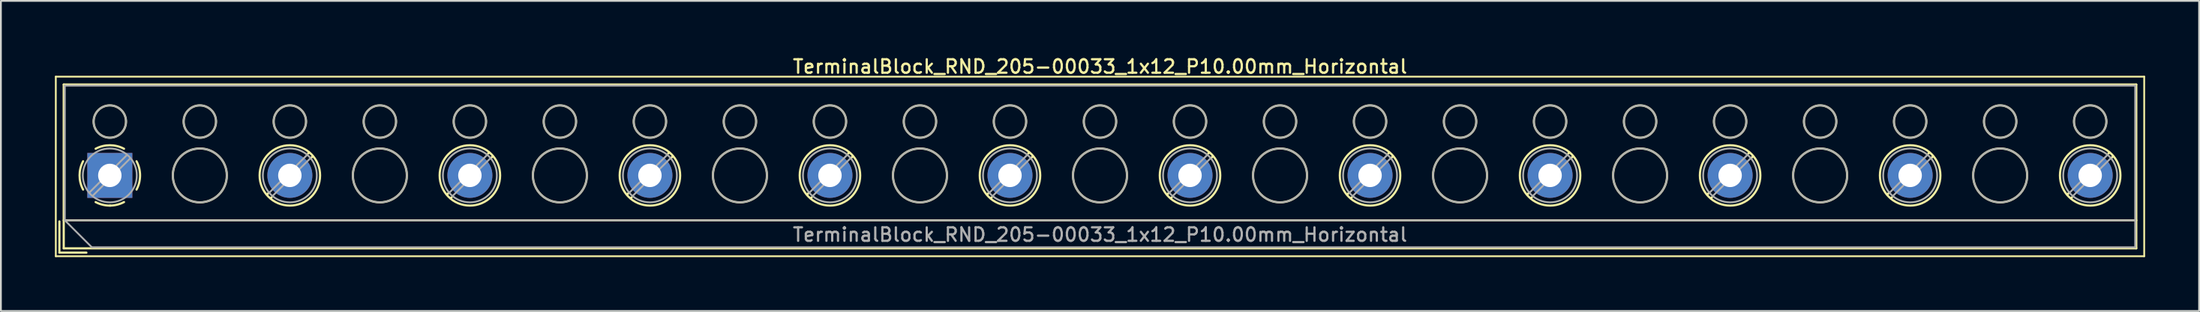
<source format=kicad_pcb>
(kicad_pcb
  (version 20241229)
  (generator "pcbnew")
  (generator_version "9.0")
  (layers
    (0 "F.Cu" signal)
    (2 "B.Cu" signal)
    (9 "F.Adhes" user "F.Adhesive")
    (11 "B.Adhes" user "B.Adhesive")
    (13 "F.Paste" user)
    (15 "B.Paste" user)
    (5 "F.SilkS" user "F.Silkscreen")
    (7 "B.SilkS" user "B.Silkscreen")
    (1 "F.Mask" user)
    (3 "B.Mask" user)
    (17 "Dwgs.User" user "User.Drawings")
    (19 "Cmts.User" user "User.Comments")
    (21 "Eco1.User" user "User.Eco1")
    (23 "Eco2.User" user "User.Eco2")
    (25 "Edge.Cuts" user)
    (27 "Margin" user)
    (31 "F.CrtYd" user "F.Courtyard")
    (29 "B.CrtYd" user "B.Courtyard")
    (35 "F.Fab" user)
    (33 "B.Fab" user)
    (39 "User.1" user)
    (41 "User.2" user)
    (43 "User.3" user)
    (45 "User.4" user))
  (footprint "TerminalBlock_RND_205-00033_1x12_P10.00mm_Horizontal"
    (layer "F.Cu")
    (at 3.05 6.718)
    (property "Reference" "TerminalBlock_RND_205-00033_1x12_P10.00mm_Horizontal" (at 55 -6.06 0) (layer "F.SilkS") (effects (font (size 0.75 0.75) (thickness 0.125))))
    (attr through_hole)
    (fp_line (start -3 -5.5) (end -3 4.5) (stroke (width 0.1) (type solid)) (layer "F.SilkS"))
    (fp_line (start -3 4.5) (end 113 4.5) (stroke (width 0.1) (type solid)) (layer "F.SilkS"))
    (fp_line (start -2.8 2.56) (end -2.8 4.3) (stroke (width 0.12) (type solid)) (layer "F.SilkS"))
    (fp_line (start -2.8 4.3) (end -1.3 4.3) (stroke (width 0.12) (type solid)) (layer "F.SilkS"))
    (fp_line (start -2.56 -5.06) (end -2.56 4.06) (stroke (width 0.12) (type solid)) (layer "F.SilkS"))
    (fp_line (start -2.56 -5.06) (end 112.56 -5.06) (stroke (width 0.12) (type solid)) (layer "F.SilkS"))
    (fp_line (start -2.56 2.5) (end 112.56 2.5) (stroke (width 0.12) (type solid)) (layer "F.SilkS"))
    (fp_line (start -2.56 4.06) (end 112.56 4.06) (stroke (width 0.12) (type solid)) (layer "F.SilkS"))
    (fp_line (start 8.82 0.976) (end 8.726 1.069) (stroke (width 0.12) (type solid)) (layer "F.SilkS"))
    (fp_line (start 8.99 1.216) (end 8.931 1.274) (stroke (width 0.12) (type solid)) (layer "F.SilkS"))
    (fp_line (start 11.07 -1.275) (end 11.011 -1.216) (stroke (width 0.12) (type solid)) (layer "F.SilkS"))
    (fp_line (start 11.275 -1.069) (end 11.181 -0.976) (stroke (width 0.12) (type solid)) (layer "F.SilkS"))
    (fp_line (start 18.82 0.976) (end 18.726 1.069) (stroke (width 0.12) (type solid)) (layer "F.SilkS"))
    (fp_line (start 18.99 1.216) (end 18.931 1.274) (stroke (width 0.12) (type solid)) (layer "F.SilkS"))
    (fp_line (start 21.07 -1.275) (end 21.011 -1.216) (stroke (width 0.12) (type solid)) (layer "F.SilkS"))
    (fp_line (start 21.275 -1.069) (end 21.181 -0.976) (stroke (width 0.12) (type solid)) (layer "F.SilkS"))
    (fp_line (start 28.82 0.976) (end 28.726 1.069) (stroke (width 0.12) (type solid)) (layer "F.SilkS"))
    (fp_line (start 28.99 1.216) (end 28.931 1.274) (stroke (width 0.12) (type solid)) (layer "F.SilkS"))
    (fp_line (start 31.07 -1.275) (end 31.011 -1.216) (stroke (width 0.12) (type solid)) (layer "F.SilkS"))
    (fp_line (start 31.275 -1.069) (end 31.181 -0.976) (stroke (width 0.12) (type solid)) (layer "F.SilkS"))
    (fp_line (start 38.82 0.976) (end 38.726 1.069) (stroke (width 0.12) (type solid)) (layer "F.SilkS"))
    (fp_line (start 38.99 1.216) (end 38.931 1.274) (stroke (width 0.12) (type solid)) (layer "F.SilkS"))
    (fp_line (start 41.07 -1.275) (end 41.011 -1.216) (stroke (width 0.12) (type solid)) (layer "F.SilkS"))
    (fp_line (start 41.275 -1.069) (end 41.181 -0.976) (stroke (width 0.12) (type solid)) (layer "F.SilkS"))
    (fp_line (start 48.82 0.976) (end 48.726 1.069) (stroke (width 0.12) (type solid)) (layer "F.SilkS"))
    (fp_line (start 48.99 1.216) (end 48.931 1.274) (stroke (width 0.12) (type solid)) (layer "F.SilkS"))
    (fp_line (start 51.07 -1.275) (end 51.011 -1.216) (stroke (width 0.12) (type solid)) (layer "F.SilkS"))
    (fp_line (start 51.275 -1.069) (end 51.181 -0.976) (stroke (width 0.12) (type solid)) (layer "F.SilkS"))
    (fp_line (start 58.82 0.976) (end 58.726 1.069) (stroke (width 0.12) (type solid)) (layer "F.SilkS"))
    (fp_line (start 58.99 1.216) (end 58.931 1.274) (stroke (width 0.12) (type solid)) (layer "F.SilkS"))
    (fp_line (start 61.07 -1.275) (end 61.011 -1.216) (stroke (width 0.12) (type solid)) (layer "F.SilkS"))
    (fp_line (start 61.275 -1.069) (end 61.181 -0.976) (stroke (width 0.12) (type solid)) (layer "F.SilkS"))
    (fp_line (start 68.82 0.976) (end 68.726 1.069) (stroke (width 0.12) (type solid)) (layer "F.SilkS"))
    (fp_line (start 68.99 1.216) (end 68.931 1.274) (stroke (width 0.12) (type solid)) (layer "F.SilkS"))
    (fp_line (start 71.07 -1.275) (end 71.011 -1.216) (stroke (width 0.12) (type solid)) (layer "F.SilkS"))
    (fp_line (start 71.275 -1.069) (end 71.181 -0.976) (stroke (width 0.12) (type solid)) (layer "F.SilkS"))
    (fp_line (start 78.82 0.976) (end 78.726 1.069) (stroke (width 0.12) (type solid)) (layer "F.SilkS"))
    (fp_line (start 78.99 1.216) (end 78.931 1.274) (stroke (width 0.12) (type solid)) (layer "F.SilkS"))
    (fp_line (start 81.07 -1.275) (end 81.011 -1.216) (stroke (width 0.12) (type solid)) (layer "F.SilkS"))
    (fp_line (start 81.275 -1.069) (end 81.181 -0.976) (stroke (width 0.12) (type solid)) (layer "F.SilkS"))
    (fp_line (start 88.82 0.976) (end 88.726 1.069) (stroke (width 0.12) (type solid)) (layer "F.SilkS"))
    (fp_line (start 88.99 1.216) (end 88.931 1.274) (stroke (width 0.12) (type solid)) (layer "F.SilkS"))
    (fp_line (start 91.07 -1.275) (end 91.011 -1.216) (stroke (width 0.12) (type solid)) (layer "F.SilkS"))
    (fp_line (start 91.275 -1.069) (end 91.181 -0.976) (stroke (width 0.12) (type solid)) (layer "F.SilkS"))
    (fp_line (start 98.82 0.976) (end 98.726 1.069) (stroke (width 0.12) (type solid)) (layer "F.SilkS"))
    (fp_line (start 98.99 1.216) (end 98.931 1.274) (stroke (width 0.12) (type solid)) (layer "F.SilkS"))
    (fp_line (start 101.07 -1.275) (end 101.011 -1.216) (stroke (width 0.12) (type solid)) (layer "F.SilkS"))
    (fp_line (start 101.275 -1.069) (end 101.181 -0.976) (stroke (width 0.12) (type solid)) (layer "F.SilkS"))
    (fp_line (start 108.82 0.976) (end 108.726 1.069) (stroke (width 0.12) (type solid)) (layer "F.SilkS"))
    (fp_line (start 108.99 1.216) (end 108.931 1.274) (stroke (width 0.12) (type solid)) (layer "F.SilkS"))
    (fp_line (start 111.07 -1.275) (end 111.011 -1.216) (stroke (width 0.12) (type solid)) (layer "F.SilkS"))
    (fp_line (start 111.275 -1.069) (end 111.181 -0.976) (stroke (width 0.12) (type solid)) (layer "F.SilkS"))
    (fp_line (start 112.56 -5.06) (end 112.56 4.06) (stroke (width 0.12) (type solid)) (layer "F.SilkS"))
    (fp_line (start 113 -5.5) (end -3 -5.5) (stroke (width 0.1) (type solid)) (layer "F.SilkS"))
    (fp_line (start 113 4.5) (end 113 -5.5) (stroke (width 0.1) (type solid)) (layer "F.SilkS"))
    (fp_arc (start -1.483953 0.789089) (mid -1.680708 0.00005) (end -1.484 -0.789) (stroke (width 0.12) (type solid)) (layer "F.SilkS"))
    (fp_arc (start -0.789089 -1.483953) (mid -0.00005 -1.680708) (end 0.789 -1.484) (stroke (width 0.12) (type solid)) (layer "F.SilkS"))
    (fp_arc (start 0.029383 1.68045) (mid -0.392304 1.634281) (end -0.789 1.484) (stroke (width 0.12) (type solid)) (layer "F.SilkS"))
    (fp_arc (start 0.788712 1.483352) (mid 0.406429 1.630097) (end 0 1.68) (stroke (width 0.12) (type solid)) (layer "F.SilkS"))
    (fp_arc (start 1.483953 -0.789089) (mid 1.680708 -0.00005) (end 1.484 0.789) (stroke (width 0.12) (type solid)) (layer "F.SilkS"))
    (fp_circle (center 0 -3) (end 0.9 -3) (stroke (width 0.12) (type solid)) (fill no) (layer "F.SilkS"))
    (fp_circle (center 5 -3) (end 5.9 -3) (stroke (width 0.12) (type solid)) (fill no) (layer "F.SilkS"))
    (fp_circle (center 5 0) (end 6.5 0) (stroke (width 0.12) (type solid)) (fill no) (layer "F.SilkS"))
    (fp_circle (center 10 -3) (end 10.9 -3) (stroke (width 0.12) (type solid)) (fill no) (layer "F.SilkS"))
    (fp_circle (center 10 0) (end 11.68 0) (stroke (width 0.12) (type solid)) (fill no) (layer "F.SilkS"))
    (fp_circle (center 15 -3) (end 15.9 -3) (stroke (width 0.12) (type solid)) (fill no) (layer "F.SilkS"))
    (fp_circle (center 15 0) (end 16.5 0) (stroke (width 0.12) (type solid)) (fill no) (layer "F.SilkS"))
    (fp_circle (center 20 -3) (end 20.9 -3) (stroke (width 0.12) (type solid)) (fill no) (layer "F.SilkS"))
    (fp_circle (center 20 0) (end 21.68 0) (stroke (width 0.12) (type solid)) (fill no) (layer "F.SilkS"))
    (fp_circle (center 25 -3) (end 25.9 -3) (stroke (width 0.12) (type solid)) (fill no) (layer "F.SilkS"))
    (fp_circle (center 25 0) (end 26.5 0) (stroke (width 0.12) (type solid)) (fill no) (layer "F.SilkS"))
    (fp_circle (center 30 -3) (end 30.9 -3) (stroke (width 0.12) (type solid)) (fill no) (layer "F.SilkS"))
    (fp_circle (center 30 0) (end 31.68 0) (stroke (width 0.12) (type solid)) (fill no) (layer "F.SilkS"))
    (fp_circle (center 35 -3) (end 35.9 -3) (stroke (width 0.12) (type solid)) (fill no) (layer "F.SilkS"))
    (fp_circle (center 35 0) (end 36.5 0) (stroke (width 0.12) (type solid)) (fill no) (layer "F.SilkS"))
    (fp_circle (center 40 -3) (end 40.9 -3) (stroke (width 0.12) (type solid)) (fill no) (layer "F.SilkS"))
    (fp_circle (center 40 0) (end 41.68 0) (stroke (width 0.12) (type solid)) (fill no) (layer "F.SilkS"))
    (fp_circle (center 45 -3) (end 45.9 -3) (stroke (width 0.12) (type solid)) (fill no) (layer "F.SilkS"))
    (fp_circle (center 45 0) (end 46.5 0) (stroke (width 0.12) (type solid)) (fill no) (layer "F.SilkS"))
    (fp_circle (center 50 -3) (end 50.9 -3) (stroke (width 0.12) (type solid)) (fill no) (layer "F.SilkS"))
    (fp_circle (center 50 0) (end 51.68 0) (stroke (width 0.12) (type solid)) (fill no) (layer "F.SilkS"))
    (fp_circle (center 55 -3) (end 55.9 -3) (stroke (width 0.12) (type solid)) (fill no) (layer "F.SilkS"))
    (fp_circle (center 55 0) (end 56.5 0) (stroke (width 0.12) (type solid)) (fill no) (layer "F.SilkS"))
    (fp_circle (center 60 -3) (end 60.9 -3) (stroke (width 0.12) (type solid)) (fill no) (layer "F.SilkS"))
    (fp_circle (center 60 0) (end 61.68 0) (stroke (width 0.12) (type solid)) (fill no) (layer "F.SilkS"))
    (fp_circle (center 65 -3) (end 65.9 -3) (stroke (width 0.12) (type solid)) (fill no) (layer "F.SilkS"))
    (fp_circle (center 65 0) (end 66.5 0) (stroke (width 0.12) (type solid)) (fill no) (layer "F.SilkS"))
    (fp_circle (center 70 -3) (end 70.9 -3) (stroke (width 0.12) (type solid)) (fill no) (layer "F.SilkS"))
    (fp_circle (center 70 0) (end 71.68 0) (stroke (width 0.12) (type solid)) (fill no) (layer "F.SilkS"))
    (fp_circle (center 75 -3) (end 75.9 -3) (stroke (width 0.12) (type solid)) (fill no) (layer "F.SilkS"))
    (fp_circle (center 75 0) (end 76.5 0) (stroke (width 0.12) (type solid)) (fill no) (layer "F.SilkS"))
    (fp_circle (center 80 -3) (end 80.9 -3) (stroke (width 0.12) (type solid)) (fill no) (layer "F.SilkS"))
    (fp_circle (center 80 0) (end 81.68 0) (stroke (width 0.12) (type solid)) (fill no) (layer "F.SilkS"))
    (fp_circle (center 85 -3) (end 85.9 -3) (stroke (width 0.12) (type solid)) (fill no) (layer "F.SilkS"))
    (fp_circle (center 85 0) (end 86.5 0) (stroke (width 0.12) (type solid)) (fill no) (layer "F.SilkS"))
    (fp_circle (center 90 -3) (end 90.9 -3) (stroke (width 0.12) (type solid)) (fill no) (layer "F.SilkS"))
    (fp_circle (center 90 0) (end 91.68 0) (stroke (width 0.12) (type solid)) (fill no) (layer "F.SilkS"))
    (fp_circle (center 95 -3) (end 95.9 -3) (stroke (width 0.12) (type solid)) (fill no) (layer "F.SilkS"))
    (fp_circle (center 95 0) (end 96.5 0) (stroke (width 0.12) (type solid)) (fill no) (layer "F.SilkS"))
    (fp_circle (center 100 -3) (end 100.9 -3) (stroke (width 0.12) (type solid)) (fill no) (layer "F.SilkS"))
    (fp_circle (center 100 0) (end 101.68 0) (stroke (width 0.12) (type solid)) (fill no) (layer "F.SilkS"))
    (fp_circle (center 105 -3) (end 105.9 -3) (stroke (width 0.12) (type solid)) (fill no) (layer "F.SilkS"))
    (fp_circle (center 105 0) (end 106.5 0) (stroke (width 0.12) (type solid)) (fill no) (layer "F.SilkS"))
    (fp_circle (center 110 -3) (end 110.9 -3) (stroke (width 0.12) (type solid)) (fill no) (layer "F.SilkS"))
    (fp_circle (center 110 0) (end 111.68 0) (stroke (width 0.12) (type solid)) (fill no) (layer "F.SilkS"))
    (fp_line (start -2.5 -5) (end 112.5 -5) (stroke (width 0.1) (type solid)) (layer "F.Fab"))
    (fp_line (start -2.5 2.5) (end -2.5 -5) (stroke (width 0.1) (type solid)) (layer "F.Fab"))
    (fp_line (start -2.5 2.5) (end 112.5 2.5) (stroke (width 0.1) (type solid)) (layer "F.Fab"))
    (fp_line (start -1 4) (end -2.5 2.5) (stroke (width 0.1) (type solid)) (layer "F.Fab"))
    (fp_line (start 0.955 -1.138) (end -1.138 0.955) (stroke (width 0.1) (type solid)) (layer "F.Fab"))
    (fp_line (start 1.138 -0.955) (end -0.955 1.138) (stroke (width 0.1) (type solid)) (layer "F.Fab"))
    (fp_line (start 10.955 -1.138) (end 8.863 0.955) (stroke (width 0.1) (type solid)) (layer "F.Fab"))
    (fp_line (start 11.138 -0.955) (end 9.046 1.138) (stroke (width 0.1) (type solid)) (layer "F.Fab"))
    (fp_line (start 20.955 -1.138) (end 18.863 0.955) (stroke (width 0.1) (type solid)) (layer "F.Fab"))
    (fp_line (start 21.138 -0.955) (end 19.046 1.138) (stroke (width 0.1) (type solid)) (layer "F.Fab"))
    (fp_line (start 30.955 -1.138) (end 28.863 0.955) (stroke (width 0.1) (type solid)) (layer "F.Fab"))
    (fp_line (start 31.138 -0.955) (end 29.046 1.138) (stroke (width 0.1) (type solid)) (layer "F.Fab"))
    (fp_line (start 40.955 -1.138) (end 38.863 0.955) (stroke (width 0.1) (type solid)) (layer "F.Fab"))
    (fp_line (start 41.138 -0.955) (end 39.046 1.138) (stroke (width 0.1) (type solid)) (layer "F.Fab"))
    (fp_line (start 50.955 -1.138) (end 48.863 0.955) (stroke (width 0.1) (type solid)) (layer "F.Fab"))
    (fp_line (start 51.138 -0.955) (end 49.046 1.138) (stroke (width 0.1) (type solid)) (layer "F.Fab"))
    (fp_line (start 60.955 -1.138) (end 58.863 0.955) (stroke (width 0.1) (type solid)) (layer "F.Fab"))
    (fp_line (start 61.138 -0.955) (end 59.046 1.138) (stroke (width 0.1) (type solid)) (layer "F.Fab"))
    (fp_line (start 70.955 -1.138) (end 68.863 0.955) (stroke (width 0.1) (type solid)) (layer "F.Fab"))
    (fp_line (start 71.138 -0.955) (end 69.046 1.138) (stroke (width 0.1) (type solid)) (layer "F.Fab"))
    (fp_line (start 80.955 -1.138) (end 78.863 0.955) (stroke (width 0.1) (type solid)) (layer "F.Fab"))
    (fp_line (start 81.138 -0.955) (end 79.046 1.138) (stroke (width 0.1) (type solid)) (layer "F.Fab"))
    (fp_line (start 90.955 -1.138) (end 88.863 0.955) (stroke (width 0.1) (type solid)) (layer "F.Fab"))
    (fp_line (start 91.138 -0.955) (end 89.046 1.138) (stroke (width 0.1) (type solid)) (layer "F.Fab"))
    (fp_line (start 100.955 -1.138) (end 98.863 0.955) (stroke (width 0.1) (type solid)) (layer "F.Fab"))
    (fp_line (start 101.138 -0.955) (end 99.046 1.138) (stroke (width 0.1) (type solid)) (layer "F.Fab"))
    (fp_line (start 110.955 -1.138) (end 108.863 0.955) (stroke (width 0.1) (type solid)) (layer "F.Fab"))
    (fp_line (start 111.138 -0.955) (end 109.046 1.138) (stroke (width 0.1) (type solid)) (layer "F.Fab"))
    (fp_line (start 112.5 -5) (end 112.5 4) (stroke (width 0.1) (type solid)) (layer "F.Fab"))
    (fp_line (start 112.5 4) (end -1 4) (stroke (width 0.1) (type solid)) (layer "F.Fab"))
    (fp_circle (center 0 -3) (end 0.9 -3) (stroke (width 0.1) (type solid)) (fill no) (layer "F.Fab"))
    (fp_circle (center 0 0) (end 1.5 0) (stroke (width 0.1) (type solid)) (fill no) (layer "F.Fab"))
    (fp_circle (center 5 -3) (end 5.9 -3) (stroke (width 0.1) (type solid)) (fill no) (layer "F.Fab"))
    (fp_circle (center 5 0) (end 6.5 0) (stroke (width 0.1) (type solid)) (fill no) (layer "F.Fab"))
    (fp_circle (center 10 -3) (end 10.9 -3) (stroke (width 0.1) (type solid)) (fill no) (layer "F.Fab"))
    (fp_circle (center 10 0) (end 11.5 0) (stroke (width 0.1) (type solid)) (fill no) (layer "F.Fab"))
    (fp_circle (center 15 -3) (end 15.9 -3) (stroke (width 0.1) (type solid)) (fill no) (layer "F.Fab"))
    (fp_circle (center 15 0) (end 16.5 0) (stroke (width 0.1) (type solid)) (fill no) (layer "F.Fab"))
    (fp_circle (center 20 -3) (end 20.9 -3) (stroke (width 0.1) (type solid)) (fill no) (layer "F.Fab"))
    (fp_circle (center 20 0) (end 21.5 0) (stroke (width 0.1) (type solid)) (fill no) (layer "F.Fab"))
    (fp_circle (center 25 -3) (end 25.9 -3) (stroke (width 0.1) (type solid)) (fill no) (layer "F.Fab"))
    (fp_circle (center 25 0) (end 26.5 0) (stroke (width 0.1) (type solid)) (fill no) (layer "F.Fab"))
    (fp_circle (center 30 -3) (end 30.9 -3) (stroke (width 0.1) (type solid)) (fill no) (layer "F.Fab"))
    (fp_circle (center 30 0) (end 31.5 0) (stroke (width 0.1) (type solid)) (fill no) (layer "F.Fab"))
    (fp_circle (center 35 -3) (end 35.9 -3) (stroke (width 0.1) (type solid)) (fill no) (layer "F.Fab"))
    (fp_circle (center 35 0) (end 36.5 0) (stroke (width 0.1) (type solid)) (fill no) (layer "F.Fab"))
    (fp_circle (center 40 -3) (end 40.9 -3) (stroke (width 0.1) (type solid)) (fill no) (layer "F.Fab"))
    (fp_circle (center 40 0) (end 41.5 0) (stroke (width 0.1) (type solid)) (fill no) (layer "F.Fab"))
    (fp_circle (center 45 -3) (end 45.9 -3) (stroke (width 0.1) (type solid)) (fill no) (layer "F.Fab"))
    (fp_circle (center 45 0) (end 46.5 0) (stroke (width 0.1) (type solid)) (fill no) (layer "F.Fab"))
    (fp_circle (center 50 -3) (end 50.9 -3) (stroke (width 0.1) (type solid)) (fill no) (layer "F.Fab"))
    (fp_circle (center 50 0) (end 51.5 0) (stroke (width 0.1) (type solid)) (fill no) (layer "F.Fab"))
    (fp_circle (center 55 -3) (end 55.9 -3) (stroke (width 0.1) (type solid)) (fill no) (layer "F.Fab"))
    (fp_circle (center 55 0) (end 56.5 0) (stroke (width 0.1) (type solid)) (fill no) (layer "F.Fab"))
    (fp_circle (center 60 -3) (end 60.9 -3) (stroke (width 0.1) (type solid)) (fill no) (layer "F.Fab"))
    (fp_circle (center 60 0) (end 61.5 0) (stroke (width 0.1) (type solid)) (fill no) (layer "F.Fab"))
    (fp_circle (center 65 -3) (end 65.9 -3) (stroke (width 0.1) (type solid)) (fill no) (layer "F.Fab"))
    (fp_circle (center 65 0) (end 66.5 0) (stroke (width 0.1) (type solid)) (fill no) (layer "F.Fab"))
    (fp_circle (center 70 -3) (end 70.9 -3) (stroke (width 0.1) (type solid)) (fill no) (layer "F.Fab"))
    (fp_circle (center 70 0) (end 71.5 0) (stroke (width 0.1) (type solid)) (fill no) (layer "F.Fab"))
    (fp_circle (center 75 -3) (end 75.9 -3) (stroke (width 0.1) (type solid)) (fill no) (layer "F.Fab"))
    (fp_circle (center 75 0) (end 76.5 0) (stroke (width 0.1) (type solid)) (fill no) (layer "F.Fab"))
    (fp_circle (center 80 -3) (end 80.9 -3) (stroke (width 0.1) (type solid)) (fill no) (layer "F.Fab"))
    (fp_circle (center 80 0) (end 81.5 0) (stroke (width 0.1) (type solid)) (fill no) (layer "F.Fab"))
    (fp_circle (center 85 -3) (end 85.9 -3) (stroke (width 0.1) (type solid)) (fill no) (layer "F.Fab"))
    (fp_circle (center 85 0) (end 86.5 0) (stroke (width 0.1) (type solid)) (fill no) (layer "F.Fab"))
    (fp_circle (center 90 -3) (end 90.9 -3) (stroke (width 0.1) (type solid)) (fill no) (layer "F.Fab"))
    (fp_circle (center 90 0) (end 91.5 0) (stroke (width 0.1) (type solid)) (fill no) (layer "F.Fab"))
    (fp_circle (center 95 -3) (end 95.9 -3) (stroke (width 0.1) (type solid)) (fill no) (layer "F.Fab"))
    (fp_circle (center 95 0) (end 96.5 0) (stroke (width 0.1) (type solid)) (fill no) (layer "F.Fab"))
    (fp_circle (center 100 -3) (end 100.9 -3) (stroke (width 0.1) (type solid)) (fill no) (layer "F.Fab"))
    (fp_circle (center 100 0) (end 101.5 0) (stroke (width 0.1) (type solid)) (fill no) (layer "F.Fab"))
    (fp_circle (center 105 -3) (end 105.9 -3) (stroke (width 0.1) (type solid)) (fill no) (layer "F.Fab"))
    (fp_circle (center 105 0) (end 106.5 0) (stroke (width 0.1) (type solid)) (fill no) (layer "F.Fab"))
    (fp_circle (center 110 -3) (end 110.9 -3) (stroke (width 0.1) (type solid)) (fill no) (layer "F.Fab"))
    (fp_circle (center 110 0) (end 111.5 0) (stroke (width 0.1) (type solid)) (fill no) (layer "F.Fab"))
    (fp_text user "${REFERENCE}" (at 55 3.3 0) (layer "F.Fab") (effects (font (size 0.75 0.75) (thickness 0.125))))
    (pad "1" thru_hole rect (at 0 0) (size 2.5 2.5) (drill 1.3) (layers "*.Cu" "*.Mask"))
    (pad "2" thru_hole circle (at 10 0) (size 2.5 2.5) (drill 1.3) (layers "*.Cu" "*.Mask"))
    (pad "3" thru_hole circle (at 20 0) (size 2.5 2.5) (drill 1.3) (layers "*.Cu" "*.Mask"))
    (pad "4" thru_hole circle (at 30 0) (size 2.5 2.5) (drill 1.3) (layers "*.Cu" "*.Mask"))
    (pad "5" thru_hole circle (at 40 0) (size 2.5 2.5) (drill 1.3) (layers "*.Cu" "*.Mask"))
    (pad "6" thru_hole circle (at 50 0) (size 2.5 2.5) (drill 1.3) (layers "*.Cu" "*.Mask"))
    (pad "7" thru_hole circle (at 60 0) (size 2.5 2.5) (drill 1.3) (layers "*.Cu" "*.Mask"))
    (pad "8" thru_hole circle (at 70 0) (size 2.5 2.5) (drill 1.3) (layers "*.Cu" "*.Mask"))
    (pad "9" thru_hole circle (at 80 0) (size 2.5 2.5) (drill 1.3) (layers "*.Cu" "*.Mask"))
    (pad "10" thru_hole circle (at 90 0) (size 2.5 2.5) (drill 1.3) (layers "*.Cu" "*.Mask"))
    (pad "11" thru_hole circle (at 100 0) (size 2.5 2.5) (drill 1.3) (layers "*.Cu" "*.Mask"))
    (pad "12" thru_hole circle (at 110 0) (size 2.5 2.5) (drill 1.3) (layers "*.Cu" "*.Mask")))
  (gr_rect
    (start -3 -3)
    (end 119.1 14.268)
    (stroke (width 0.1) (type default))
    (fill no)
    (layer "Edge.Cuts")))
</source>
